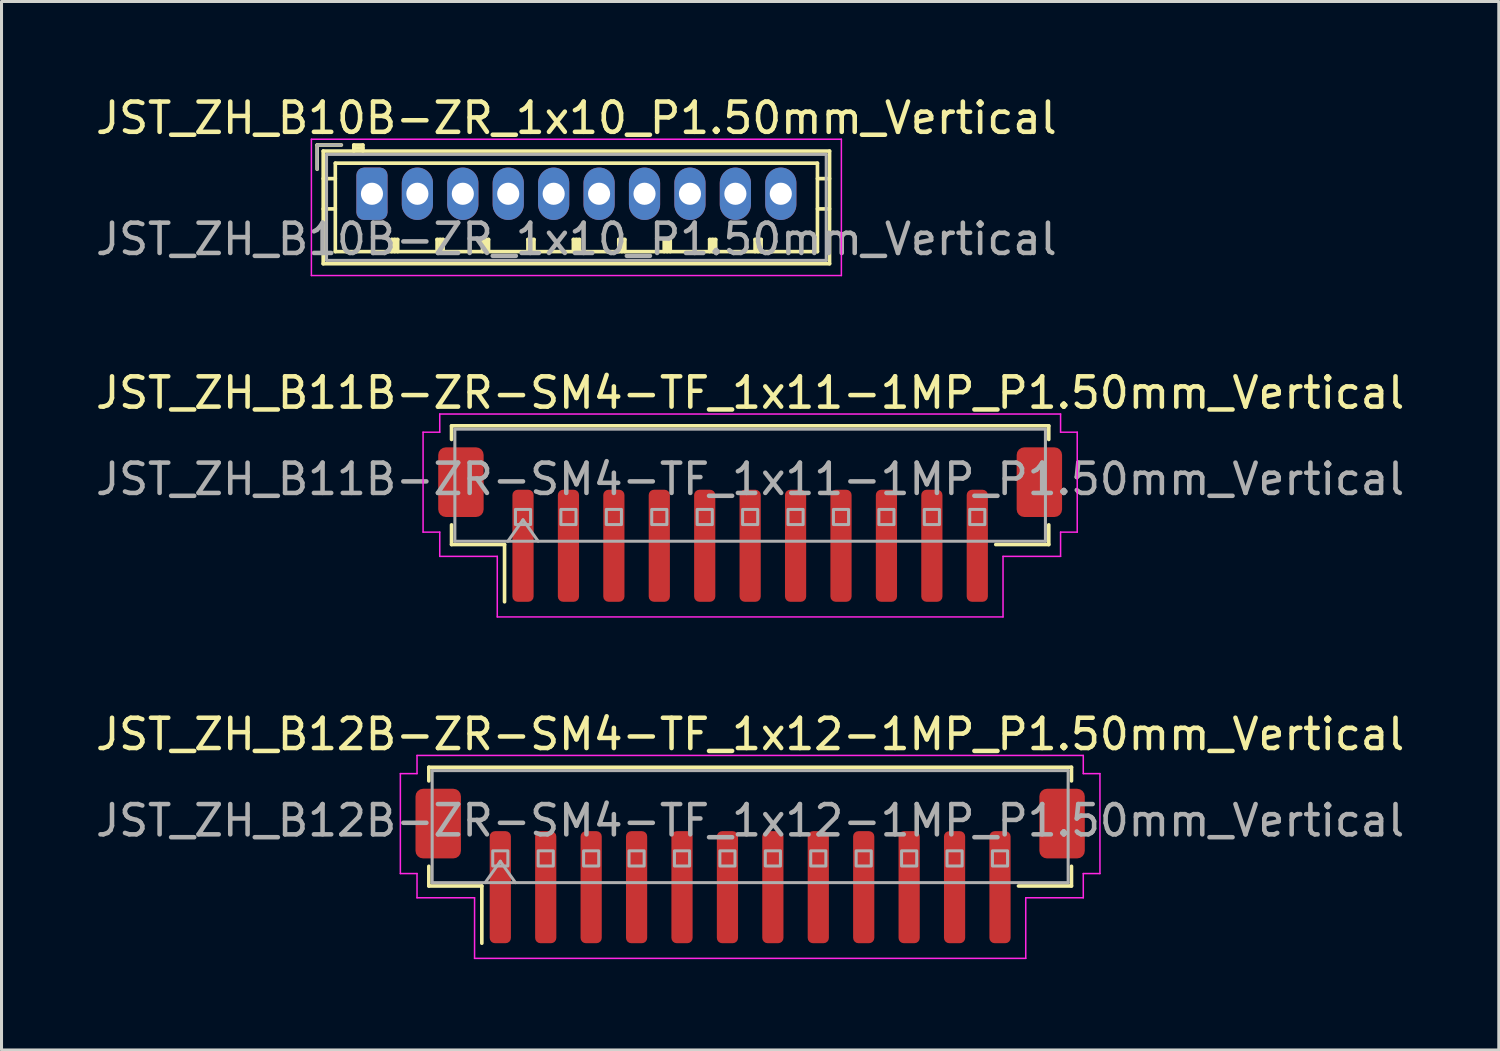
<source format=kicad_pcb>
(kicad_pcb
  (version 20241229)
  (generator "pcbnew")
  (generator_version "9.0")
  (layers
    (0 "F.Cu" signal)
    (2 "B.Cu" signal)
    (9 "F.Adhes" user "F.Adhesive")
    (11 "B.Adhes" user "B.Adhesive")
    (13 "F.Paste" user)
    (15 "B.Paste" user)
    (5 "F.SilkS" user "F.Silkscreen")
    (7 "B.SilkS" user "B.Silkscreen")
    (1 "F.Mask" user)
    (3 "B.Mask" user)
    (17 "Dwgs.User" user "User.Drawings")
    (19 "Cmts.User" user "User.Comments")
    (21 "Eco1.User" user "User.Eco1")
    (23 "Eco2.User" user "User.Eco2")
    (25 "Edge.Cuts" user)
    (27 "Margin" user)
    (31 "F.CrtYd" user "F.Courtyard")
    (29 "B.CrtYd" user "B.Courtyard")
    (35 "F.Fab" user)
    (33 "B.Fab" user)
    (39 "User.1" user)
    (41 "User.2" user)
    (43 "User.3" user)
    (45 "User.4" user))
  (footprint "JST_ZH_B10B-ZR_1x10_P1.50mm_Vertical"
    (layer "F.Cu")
    (at 9.232 3.348)
    (property "Reference" "JST_ZH_B10B-ZR_1x10_P1.50mm_Vertical" (at 6.75 -2.5 0) (layer "F.SilkS") (effects (font (size 1 1) (thickness 0.15))))
    (attr through_hole)
    (fp_line (start -1.81 -1.61) (end -1.81 -0.81) (stroke (width 0.12) (type solid)) (layer "F.SilkS"))
    (fp_line (start -1.61 -1.41) (end -1.61 2.31) (stroke (width 0.12) (type solid)) (layer "F.SilkS"))
    (fp_line (start -1.61 -0.5) (end -1.21 -0.5) (stroke (width 0.12) (type solid)) (layer "F.SilkS"))
    (fp_line (start -1.61 0.5) (end -1.21 0.5) (stroke (width 0.12) (type solid)) (layer "F.SilkS"))
    (fp_line (start -1.61 2.31) (end 15.11 2.31) (stroke (width 0.12) (type solid)) (layer "F.SilkS"))
    (fp_line (start -1.21 -1.01) (end -1.21 1.91) (stroke (width 0.12) (type solid)) (layer "F.SilkS"))
    (fp_line (start -1.21 1.91) (end 14.71 1.91) (stroke (width 0.12) (type solid)) (layer "F.SilkS"))
    (fp_line (start -1.01 -1.61) (end -1.81 -1.61) (stroke (width 0.12) (type solid)) (layer "F.SilkS"))
    (fp_line (start -0.6 -1.61) (end -0.6 -1.41) (stroke (width 0.12) (type solid)) (layer "F.SilkS"))
    (fp_line (start -0.3 -1.61) (end -0.6 -1.61) (stroke (width 0.12) (type solid)) (layer "F.SilkS"))
    (fp_line (start -0.3 -1.51) (end -0.6 -1.51) (stroke (width 0.12) (type solid)) (layer "F.SilkS"))
    (fp_line (start -0.3 -1.41) (end -0.3 -1.61) (stroke (width 0.12) (type solid)) (layer "F.SilkS"))
    (fp_line (start 0.65 1.51) (end 0.85 1.51) (stroke (width 0.12) (type solid)) (layer "F.SilkS"))
    (fp_line (start 0.65 1.91) (end 0.65 1.51) (stroke (width 0.12) (type solid)) (layer "F.SilkS"))
    (fp_line (start 0.75 1.91) (end 0.75 1.51) (stroke (width 0.12) (type solid)) (layer "F.SilkS"))
    (fp_line (start 0.85 1.51) (end 0.85 1.91) (stroke (width 0.12) (type solid)) (layer "F.SilkS"))
    (fp_line (start 2.15 1.51) (end 2.35 1.51) (stroke (width 0.12) (type solid)) (layer "F.SilkS"))
    (fp_line (start 2.15 1.91) (end 2.15 1.51) (stroke (width 0.12) (type solid)) (layer "F.SilkS"))
    (fp_line (start 2.25 1.91) (end 2.25 1.51) (stroke (width 0.12) (type solid)) (layer "F.SilkS"))
    (fp_line (start 2.35 1.51) (end 2.35 1.91) (stroke (width 0.12) (type solid)) (layer "F.SilkS"))
    (fp_line (start 3.65 1.51) (end 3.85 1.51) (stroke (width 0.12) (type solid)) (layer "F.SilkS"))
    (fp_line (start 3.65 1.91) (end 3.65 1.51) (stroke (width 0.12) (type solid)) (layer "F.SilkS"))
    (fp_line (start 3.75 1.91) (end 3.75 1.51) (stroke (width 0.12) (type solid)) (layer "F.SilkS"))
    (fp_line (start 3.85 1.51) (end 3.85 1.91) (stroke (width 0.12) (type solid)) (layer "F.SilkS"))
    (fp_line (start 5.15 1.51) (end 5.35 1.51) (stroke (width 0.12) (type solid)) (layer "F.SilkS"))
    (fp_line (start 5.15 1.91) (end 5.15 1.51) (stroke (width 0.12) (type solid)) (layer "F.SilkS"))
    (fp_line (start 5.25 1.91) (end 5.25 1.51) (stroke (width 0.12) (type solid)) (layer "F.SilkS"))
    (fp_line (start 5.35 1.51) (end 5.35 1.91) (stroke (width 0.12) (type solid)) (layer "F.SilkS"))
    (fp_line (start 6.65 1.51) (end 6.85 1.51) (stroke (width 0.12) (type solid)) (layer "F.SilkS"))
    (fp_line (start 6.65 1.91) (end 6.65 1.51) (stroke (width 0.12) (type solid)) (layer "F.SilkS"))
    (fp_line (start 6.75 1.91) (end 6.75 1.51) (stroke (width 0.12) (type solid)) (layer "F.SilkS"))
    (fp_line (start 6.85 1.51) (end 6.85 1.91) (stroke (width 0.12) (type solid)) (layer "F.SilkS"))
    (fp_line (start 8.15 1.51) (end 8.35 1.51) (stroke (width 0.12) (type solid)) (layer "F.SilkS"))
    (fp_line (start 8.15 1.91) (end 8.15 1.51) (stroke (width 0.12) (type solid)) (layer "F.SilkS"))
    (fp_line (start 8.25 1.91) (end 8.25 1.51) (stroke (width 0.12) (type solid)) (layer "F.SilkS"))
    (fp_line (start 8.35 1.51) (end 8.35 1.91) (stroke (width 0.12) (type solid)) (layer "F.SilkS"))
    (fp_line (start 9.65 1.51) (end 9.85 1.51) (stroke (width 0.12) (type solid)) (layer "F.SilkS"))
    (fp_line (start 9.65 1.91) (end 9.65 1.51) (stroke (width 0.12) (type solid)) (layer "F.SilkS"))
    (fp_line (start 9.75 1.91) (end 9.75 1.51) (stroke (width 0.12) (type solid)) (layer "F.SilkS"))
    (fp_line (start 9.85 1.51) (end 9.85 1.91) (stroke (width 0.12) (type solid)) (layer "F.SilkS"))
    (fp_line (start 11.15 1.51) (end 11.35 1.51) (stroke (width 0.12) (type solid)) (layer "F.SilkS"))
    (fp_line (start 11.15 1.91) (end 11.15 1.51) (stroke (width 0.12) (type solid)) (layer "F.SilkS"))
    (fp_line (start 11.25 1.91) (end 11.25 1.51) (stroke (width 0.12) (type solid)) (layer "F.SilkS"))
    (fp_line (start 11.35 1.51) (end 11.35 1.91) (stroke (width 0.12) (type solid)) (layer "F.SilkS"))
    (fp_line (start 12.65 1.51) (end 12.85 1.51) (stroke (width 0.12) (type solid)) (layer "F.SilkS"))
    (fp_line (start 12.65 1.91) (end 12.65 1.51) (stroke (width 0.12) (type solid)) (layer "F.SilkS"))
    (fp_line (start 12.75 1.91) (end 12.75 1.51) (stroke (width 0.12) (type solid)) (layer "F.SilkS"))
    (fp_line (start 12.85 1.51) (end 12.85 1.91) (stroke (width 0.12) (type solid)) (layer "F.SilkS"))
    (fp_line (start 14.71 -1.01) (end -1.21 -1.01) (stroke (width 0.12) (type solid)) (layer "F.SilkS"))
    (fp_line (start 14.71 1.91) (end 14.71 -1.01) (stroke (width 0.12) (type solid)) (layer "F.SilkS"))
    (fp_line (start 15.11 -1.41) (end -1.61 -1.41) (stroke (width 0.12) (type solid)) (layer "F.SilkS"))
    (fp_line (start 15.11 -0.5) (end 14.71 -0.5) (stroke (width 0.12) (type solid)) (layer "F.SilkS"))
    (fp_line (start 15.11 0.5) (end 14.71 0.5) (stroke (width 0.12) (type solid)) (layer "F.SilkS"))
    (fp_line (start 15.11 2.31) (end 15.11 -1.41) (stroke (width 0.12) (type solid)) (layer "F.SilkS"))
    (fp_line (start -2 -1.8) (end -2 2.7) (stroke (width 0.05) (type solid)) (layer "F.CrtYd"))
    (fp_line (start -2 2.7) (end 15.5 2.7) (stroke (width 0.05) (type solid)) (layer "F.CrtYd"))
    (fp_line (start 15.5 -1.8) (end -2 -1.8) (stroke (width 0.05) (type solid)) (layer "F.CrtYd"))
    (fp_line (start 15.5 2.7) (end 15.5 -1.8) (stroke (width 0.05) (type solid)) (layer "F.CrtYd"))
    (fp_line (start -1.81 -1.61) (end -1.81 -0.81) (stroke (width 0.1) (type solid)) (layer "F.Fab"))
    (fp_line (start -1.5 -1.3) (end -1.5 2.2) (stroke (width 0.1) (type solid)) (layer "F.Fab"))
    (fp_line (start -1.5 2.2) (end 15 2.2) (stroke (width 0.1) (type solid)) (layer "F.Fab"))
    (fp_line (start -1.01 -1.61) (end -1.81 -1.61) (stroke (width 0.1) (type solid)) (layer "F.Fab"))
    (fp_line (start 15 -1.3) (end -1.5 -1.3) (stroke (width 0.1) (type solid)) (layer "F.Fab"))
    (fp_line (start 15 2.2) (end 15 -1.3) (stroke (width 0.1) (type solid)) (layer "F.Fab"))
    (fp_text user "${REFERENCE}" (at 6.75 1.5 0) (layer "F.Fab") (effects (font (size 1 1) (thickness 0.15))))
    (pad "1" thru_hole roundrect (at 0 0) (size 1.03 1.73) (drill 0.73) (layers "*.Cu" "*.Mask") (roundrect_rratio 0.243))
    (pad "2" thru_hole oval (at 1.5 0) (size 1.03 1.73) (drill 0.73) (layers "*.Cu" "*.Mask"))
    (pad "3" thru_hole oval (at 3 0) (size 1.03 1.73) (drill 0.73) (layers "*.Cu" "*.Mask"))
    (pad "4" thru_hole oval (at 4.5 0) (size 1.03 1.73) (drill 0.73) (layers "*.Cu" "*.Mask"))
    (pad "5" thru_hole oval (at 6 0) (size 1.03 1.73) (drill 0.73) (layers "*.Cu" "*.Mask"))
    (pad "6" thru_hole oval (at 7.5 0) (size 1.03 1.73) (drill 0.73) (layers "*.Cu" "*.Mask"))
    (pad "7" thru_hole oval (at 9 0) (size 1.03 1.73) (drill 0.73) (layers "*.Cu" "*.Mask"))
    (pad "8" thru_hole oval (at 10.5 0) (size 1.03 1.73) (drill 0.73) (layers "*.Cu" "*.Mask"))
    (pad "9" thru_hole oval (at 12 0) (size 1.03 1.73) (drill 0.73) (layers "*.Cu" "*.Mask"))
    (pad "10" thru_hole oval (at 13.5 0) (size 1.03 1.73) (drill 0.73) (layers "*.Cu" "*.Mask")))
  (footprint "JST_ZH_B11B-ZR-SM4-TF_1x11-1MP_P1.50mm_Vertical"
    (layer "F.Cu")
    (at 21.72 14.271)
    (property "Reference" "JST_ZH_B11B-ZR-SM4-TF_1x11-1MP_P1.50mm_Vertical" (at 0 -4.35 0) (layer "F.SilkS") (effects (font (size 1 1) (thickness 0.15))))
    (attr smd)
    (fp_line (start -9.86 -3.26) (end 9.86 -3.26) (stroke (width 0.12) (type solid)) (layer "F.SilkS"))
    (fp_line (start -9.86 -2.81) (end -9.86 -3.26) (stroke (width 0.12) (type solid)) (layer "F.SilkS"))
    (fp_line (start -9.86 0.01) (end -9.86 0.66) (stroke (width 0.12) (type solid)) (layer "F.SilkS"))
    (fp_line (start -9.86 0.66) (end -8.11 0.66) (stroke (width 0.12) (type solid)) (layer "F.SilkS"))
    (fp_line (start -8.11 0.66) (end -8.11 2.55) (stroke (width 0.12) (type solid)) (layer "F.SilkS"))
    (fp_line (start 9.86 -3.26) (end 9.86 -2.81) (stroke (width 0.12) (type solid)) (layer "F.SilkS"))
    (fp_line (start 9.86 0.01) (end 9.86 0.66) (stroke (width 0.12) (type solid)) (layer "F.SilkS"))
    (fp_line (start 9.86 0.66) (end 8.11 0.66) (stroke (width 0.12) (type solid)) (layer "F.SilkS"))
    (fp_line (start -10.8 -3.05) (end -10.25 -3.05) (stroke (width 0.05) (type solid)) (layer "F.CrtYd"))
    (fp_line (start -10.8 0.25) (end -10.8 -3.05) (stroke (width 0.05) (type solid)) (layer "F.CrtYd"))
    (fp_line (start -10.25 -3.65) (end 10.25 -3.65) (stroke (width 0.05) (type solid)) (layer "F.CrtYd"))
    (fp_line (start -10.25 -3.05) (end -10.25 -3.65) (stroke (width 0.05) (type solid)) (layer "F.CrtYd"))
    (fp_line (start -10.25 0.25) (end -10.8 0.25) (stroke (width 0.05) (type solid)) (layer "F.CrtYd"))
    (fp_line (start -10.25 1.05) (end -10.25 0.25) (stroke (width 0.05) (type solid)) (layer "F.CrtYd"))
    (fp_line (start -8.35 1.05) (end -10.25 1.05) (stroke (width 0.05) (type solid)) (layer "F.CrtYd"))
    (fp_line (start -8.35 3.05) (end -8.35 1.05) (stroke (width 0.05) (type solid)) (layer "F.CrtYd"))
    (fp_line (start 8.35 1.05) (end 8.35 3.05) (stroke (width 0.05) (type solid)) (layer "F.CrtYd"))
    (fp_line (start 8.35 3.05) (end -8.35 3.05) (stroke (width 0.05) (type solid)) (layer "F.CrtYd"))
    (fp_line (start 10.25 -3.65) (end 10.25 -3.05) (stroke (width 0.05) (type solid)) (layer "F.CrtYd"))
    (fp_line (start 10.25 -3.05) (end 10.8 -3.05) (stroke (width 0.05) (type solid)) (layer "F.CrtYd"))
    (fp_line (start 10.25 0.25) (end 10.25 1.05) (stroke (width 0.05) (type solid)) (layer "F.CrtYd"))
    (fp_line (start 10.25 1.05) (end 8.35 1.05) (stroke (width 0.05) (type solid)) (layer "F.CrtYd"))
    (fp_line (start 10.8 -3.05) (end 10.8 0.25) (stroke (width 0.05) (type solid)) (layer "F.CrtYd"))
    (fp_line (start 10.8 0.25) (end 10.25 0.25) (stroke (width 0.05) (type solid)) (layer "F.CrtYd"))
    (fp_line (start -9.75 -3.15) (end 9.75 -3.15) (stroke (width 0.1) (type solid)) (layer "F.Fab"))
    (fp_line (start -9.75 0.55) (end -9.75 -3.15) (stroke (width 0.1) (type solid)) (layer "F.Fab"))
    (fp_line (start -9.75 0.55) (end 9.75 0.55) (stroke (width 0.1) (type solid)) (layer "F.Fab"))
    (fp_line (start -8 0.55) (end -7.5 -0.157) (stroke (width 0.1) (type solid)) (layer "F.Fab"))
    (fp_line (start -7.5 -0.157) (end -7 0.55) (stroke (width 0.1) (type solid)) (layer "F.Fab"))
    (fp_line (start 9.75 0.55) (end 9.75 -3.15) (stroke (width 0.1) (type solid)) (layer "F.Fab"))
    (fp_rect (start -7.75 -0.5) (end -7.25 0) (stroke (width 0.1) (type solid)) (fill no) (layer "F.Fab"))
    (fp_rect (start -6.25 -0.5) (end -5.75 0) (stroke (width 0.1) (type solid)) (fill no) (layer "F.Fab"))
    (fp_rect (start -4.75 -0.5) (end -4.25 0) (stroke (width 0.1) (type solid)) (fill no) (layer "F.Fab"))
    (fp_rect (start -3.25 -0.5) (end -2.75 0) (stroke (width 0.1) (type solid)) (fill no) (layer "F.Fab"))
    (fp_rect (start -1.75 -0.5) (end -1.25 0) (stroke (width 0.1) (type solid)) (fill no) (layer "F.Fab"))
    (fp_rect (start -0.25 -0.5) (end 0.25 0) (stroke (width 0.1) (type solid)) (fill no) (layer "F.Fab"))
    (fp_rect (start 1.25 -0.5) (end 1.75 0) (stroke (width 0.1) (type solid)) (fill no) (layer "F.Fab"))
    (fp_rect (start 2.75 -0.5) (end 3.25 0) (stroke (width 0.1) (type solid)) (fill no) (layer "F.Fab"))
    (fp_rect (start 4.25 -0.5) (end 4.75 0) (stroke (width 0.1) (type solid)) (fill no) (layer "F.Fab"))
    (fp_rect (start 5.75 -0.5) (end 6.25 0) (stroke (width 0.1) (type solid)) (fill no) (layer "F.Fab"))
    (fp_rect (start 7.25 -0.5) (end 7.75 0) (stroke (width 0.1) (type solid)) (fill no) (layer "F.Fab"))
    (fp_text user "${REFERENCE}" (at 0 -1.5 0) (layer "F.Fab") (effects (font (size 1 1) (thickness 0.15))))
    (pad "1" smd roundrect (at -7.5 0.7) (size 0.7 3.7) (layers "F.Cu" "F.Mask" "F.Paste") (roundrect_rratio 0.25))
    (pad "2" smd roundrect (at -6 0.7) (size 0.7 3.7) (layers "F.Cu" "F.Mask" "F.Paste") (roundrect_rratio 0.25))
    (pad "3" smd roundrect (at -4.5 0.7) (size 0.7 3.7) (layers "F.Cu" "F.Mask" "F.Paste") (roundrect_rratio 0.25))
    (pad "4" smd roundrect (at -3 0.7) (size 0.7 3.7) (layers "F.Cu" "F.Mask" "F.Paste") (roundrect_rratio 0.25))
    (pad "5" smd roundrect (at -1.5 0.7) (size 0.7 3.7) (layers "F.Cu" "F.Mask" "F.Paste") (roundrect_rratio 0.25))
    (pad "6" smd roundrect (at 0 0.7) (size 0.7 3.7) (layers "F.Cu" "F.Mask" "F.Paste") (roundrect_rratio 0.25))
    (pad "7" smd roundrect (at 1.5 0.7) (size 0.7 3.7) (layers "F.Cu" "F.Mask" "F.Paste") (roundrect_rratio 0.25))
    (pad "8" smd roundrect (at 3 0.7) (size 0.7 3.7) (layers "F.Cu" "F.Mask" "F.Paste") (roundrect_rratio 0.25))
    (pad "9" smd roundrect (at 4.5 0.7) (size 0.7 3.7) (layers "F.Cu" "F.Mask" "F.Paste") (roundrect_rratio 0.25))
    (pad "10" smd roundrect (at 6 0.7) (size 0.7 3.7) (layers "F.Cu" "F.Mask" "F.Paste") (roundrect_rratio 0.25))
    (pad "11" smd roundrect (at 7.5 0.7) (size 0.7 3.7) (layers "F.Cu" "F.Mask" "F.Paste") (roundrect_rratio 0.25))
    (pad "MP" smd roundrect (at -9.55 -1.4) (size 1.5 2.3) (layers "F.Cu" "F.Mask" "F.Paste") (roundrect_rratio 0.167))
    (pad "MP" smd roundrect (at 9.55 -1.4) (size 1.5 2.3) (layers "F.Cu" "F.Mask" "F.Paste") (roundrect_rratio 0.167)))
  (footprint "JST_ZH_B12B-ZR-SM4-TF_1x12-1MP_P1.50mm_Vertical"
    (layer "F.Cu")
    (at 21.72 25.545)
    (property "Reference" "JST_ZH_B12B-ZR-SM4-TF_1x12-1MP_P1.50mm_Vertical" (at 0 -4.35 0) (layer "F.SilkS") (effects (font (size 1 1) (thickness 0.15))))
    (attr smd)
    (fp_line (start -10.61 -3.26) (end 10.61 -3.26) (stroke (width 0.12) (type solid)) (layer "F.SilkS"))
    (fp_line (start -10.61 -2.81) (end -10.61 -3.26) (stroke (width 0.12) (type solid)) (layer "F.SilkS"))
    (fp_line (start -10.61 0.01) (end -10.61 0.66) (stroke (width 0.12) (type solid)) (layer "F.SilkS"))
    (fp_line (start -10.61 0.66) (end -8.86 0.66) (stroke (width 0.12) (type solid)) (layer "F.SilkS"))
    (fp_line (start -8.86 0.66) (end -8.86 2.55) (stroke (width 0.12) (type solid)) (layer "F.SilkS"))
    (fp_line (start 10.61 -3.26) (end 10.61 -2.81) (stroke (width 0.12) (type solid)) (layer "F.SilkS"))
    (fp_line (start 10.61 0.01) (end 10.61 0.66) (stroke (width 0.12) (type solid)) (layer "F.SilkS"))
    (fp_line (start 10.61 0.66) (end 8.86 0.66) (stroke (width 0.12) (type solid)) (layer "F.SilkS"))
    (fp_line (start -11.55 -3.05) (end -11 -3.05) (stroke (width 0.05) (type solid)) (layer "F.CrtYd"))
    (fp_line (start -11.55 0.25) (end -11.55 -3.05) (stroke (width 0.05) (type solid)) (layer "F.CrtYd"))
    (fp_line (start -11 -3.65) (end 11 -3.65) (stroke (width 0.05) (type solid)) (layer "F.CrtYd"))
    (fp_line (start -11 -3.05) (end -11 -3.65) (stroke (width 0.05) (type solid)) (layer "F.CrtYd"))
    (fp_line (start -11 0.25) (end -11.55 0.25) (stroke (width 0.05) (type solid)) (layer "F.CrtYd"))
    (fp_line (start -11 1.05) (end -11 0.25) (stroke (width 0.05) (type solid)) (layer "F.CrtYd"))
    (fp_line (start -9.1 1.05) (end -11 1.05) (stroke (width 0.05) (type solid)) (layer "F.CrtYd"))
    (fp_line (start -9.1 3.05) (end -9.1 1.05) (stroke (width 0.05) (type solid)) (layer "F.CrtYd"))
    (fp_line (start 9.1 1.05) (end 9.1 3.05) (stroke (width 0.05) (type solid)) (layer "F.CrtYd"))
    (fp_line (start 9.1 3.05) (end -9.1 3.05) (stroke (width 0.05) (type solid)) (layer "F.CrtYd"))
    (fp_line (start 11 -3.65) (end 11 -3.05) (stroke (width 0.05) (type solid)) (layer "F.CrtYd"))
    (fp_line (start 11 -3.05) (end 11.55 -3.05) (stroke (width 0.05) (type solid)) (layer "F.CrtYd"))
    (fp_line (start 11 0.25) (end 11 1.05) (stroke (width 0.05) (type solid)) (layer "F.CrtYd"))
    (fp_line (start 11 1.05) (end 9.1 1.05) (stroke (width 0.05) (type solid)) (layer "F.CrtYd"))
    (fp_line (start 11.55 -3.05) (end 11.55 0.25) (stroke (width 0.05) (type solid)) (layer "F.CrtYd"))
    (fp_line (start 11.55 0.25) (end 11 0.25) (stroke (width 0.05) (type solid)) (layer "F.CrtYd"))
    (fp_line (start -10.5 -3.15) (end 10.5 -3.15) (stroke (width 0.1) (type solid)) (layer "F.Fab"))
    (fp_line (start -10.5 0.55) (end -10.5 -3.15) (stroke (width 0.1) (type solid)) (layer "F.Fab"))
    (fp_line (start -10.5 0.55) (end 10.5 0.55) (stroke (width 0.1) (type solid)) (layer "F.Fab"))
    (fp_line (start -8.75 0.55) (end -8.25 -0.157) (stroke (width 0.1) (type solid)) (layer "F.Fab"))
    (fp_line (start -8.25 -0.157) (end -7.75 0.55) (stroke (width 0.1) (type solid)) (layer "F.Fab"))
    (fp_line (start 10.5 0.55) (end 10.5 -3.15) (stroke (width 0.1) (type solid)) (layer "F.Fab"))
    (fp_rect (start -8.5 -0.5) (end -8 0) (stroke (width 0.1) (type solid)) (fill no) (layer "F.Fab"))
    (fp_rect (start -7 -0.5) (end -6.5 0) (stroke (width 0.1) (type solid)) (fill no) (layer "F.Fab"))
    (fp_rect (start -5.5 -0.5) (end -5 0) (stroke (width 0.1) (type solid)) (fill no) (layer "F.Fab"))
    (fp_rect (start -4 -0.5) (end -3.5 0) (stroke (width 0.1) (type solid)) (fill no) (layer "F.Fab"))
    (fp_rect (start -2.5 -0.5) (end -2 0) (stroke (width 0.1) (type solid)) (fill no) (layer "F.Fab"))
    (fp_rect (start -1 -0.5) (end -0.5 0) (stroke (width 0.1) (type solid)) (fill no) (layer "F.Fab"))
    (fp_rect (start 0.5 -0.5) (end 1 0) (stroke (width 0.1) (type solid)) (fill no) (layer "F.Fab"))
    (fp_rect (start 2 -0.5) (end 2.5 0) (stroke (width 0.1) (type solid)) (fill no) (layer "F.Fab"))
    (fp_rect (start 3.5 -0.5) (end 4 0) (stroke (width 0.1) (type solid)) (fill no) (layer "F.Fab"))
    (fp_rect (start 5 -0.5) (end 5.5 0) (stroke (width 0.1) (type solid)) (fill no) (layer "F.Fab"))
    (fp_rect (start 6.5 -0.5) (end 7 0) (stroke (width 0.1) (type solid)) (fill no) (layer "F.Fab"))
    (fp_rect (start 8 -0.5) (end 8.5 0) (stroke (width 0.1) (type solid)) (fill no) (layer "F.Fab"))
    (fp_text user "${REFERENCE}" (at 0 -1.5 0) (layer "F.Fab") (effects (font (size 1 1) (thickness 0.15))))
    (pad "1" smd roundrect (at -8.25 0.7) (size 0.7 3.7) (layers "F.Cu" "F.Mask" "F.Paste") (roundrect_rratio 0.25))
    (pad "2" smd roundrect (at -6.75 0.7) (size 0.7 3.7) (layers "F.Cu" "F.Mask" "F.Paste") (roundrect_rratio 0.25))
    (pad "3" smd roundrect (at -5.25 0.7) (size 0.7 3.7) (layers "F.Cu" "F.Mask" "F.Paste") (roundrect_rratio 0.25))
    (pad "4" smd roundrect (at -3.75 0.7) (size 0.7 3.7) (layers "F.Cu" "F.Mask" "F.Paste") (roundrect_rratio 0.25))
    (pad "5" smd roundrect (at -2.25 0.7) (size 0.7 3.7) (layers "F.Cu" "F.Mask" "F.Paste") (roundrect_rratio 0.25))
    (pad "6" smd roundrect (at -0.75 0.7) (size 0.7 3.7) (layers "F.Cu" "F.Mask" "F.Paste") (roundrect_rratio 0.25))
    (pad "7" smd roundrect (at 0.75 0.7) (size 0.7 3.7) (layers "F.Cu" "F.Mask" "F.Paste") (roundrect_rratio 0.25))
    (pad "8" smd roundrect (at 2.25 0.7) (size 0.7 3.7) (layers "F.Cu" "F.Mask" "F.Paste") (roundrect_rratio 0.25))
    (pad "9" smd roundrect (at 3.75 0.7) (size 0.7 3.7) (layers "F.Cu" "F.Mask" "F.Paste") (roundrect_rratio 0.25))
    (pad "10" smd roundrect (at 5.25 0.7) (size 0.7 3.7) (layers "F.Cu" "F.Mask" "F.Paste") (roundrect_rratio 0.25))
    (pad "11" smd roundrect (at 6.75 0.7) (size 0.7 3.7) (layers "F.Cu" "F.Mask" "F.Paste") (roundrect_rratio 0.25))
    (pad "12" smd roundrect (at 8.25 0.7) (size 0.7 3.7) (layers "F.Cu" "F.Mask" "F.Paste") (roundrect_rratio 0.25))
    (pad "MP" smd roundrect (at -10.3 -1.4) (size 1.5 2.3) (layers "F.Cu" "F.Mask" "F.Paste") (roundrect_rratio 0.167))
    (pad "MP" smd roundrect (at 10.3 -1.4) (size 1.5 2.3) (layers "F.Cu" "F.Mask" "F.Paste") (roundrect_rratio 0.167)))
  (gr_rect
    (start -3 -3)
    (end 46.44 31.62)
    (stroke (width 0.1) (type default))
    (fill no)
    (layer "Edge.Cuts")))
</source>
